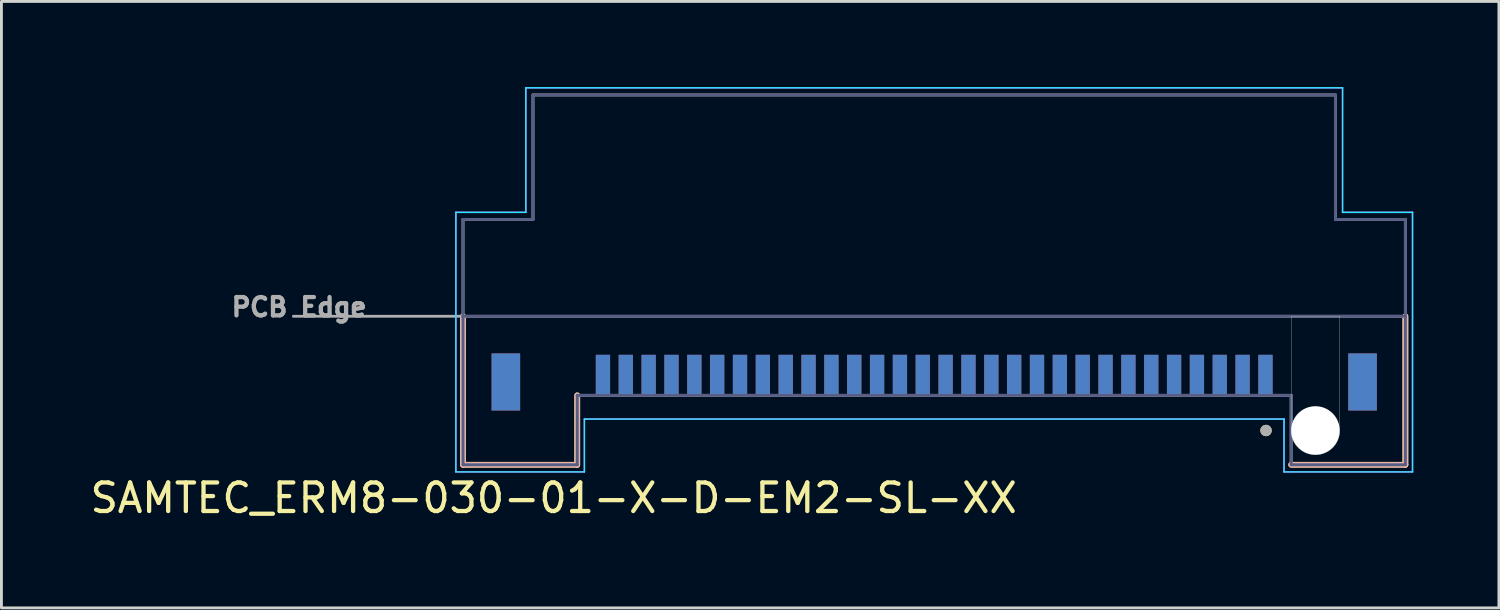
<source format=kicad_pcb>
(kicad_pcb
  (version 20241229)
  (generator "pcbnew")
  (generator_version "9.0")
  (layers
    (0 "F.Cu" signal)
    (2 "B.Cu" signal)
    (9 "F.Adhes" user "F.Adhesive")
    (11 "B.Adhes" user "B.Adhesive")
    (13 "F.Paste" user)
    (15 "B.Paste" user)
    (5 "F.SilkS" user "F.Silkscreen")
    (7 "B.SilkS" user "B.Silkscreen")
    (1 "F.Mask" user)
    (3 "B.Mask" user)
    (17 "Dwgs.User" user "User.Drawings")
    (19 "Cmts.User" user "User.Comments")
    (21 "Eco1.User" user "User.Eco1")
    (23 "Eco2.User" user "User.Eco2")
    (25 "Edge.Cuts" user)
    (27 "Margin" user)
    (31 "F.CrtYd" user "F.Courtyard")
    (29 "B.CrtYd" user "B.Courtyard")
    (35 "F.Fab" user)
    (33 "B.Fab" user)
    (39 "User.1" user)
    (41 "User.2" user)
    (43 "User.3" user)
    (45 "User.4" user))
  (footprint "SAMTEC_ERM8-030-01-X-D-EM2-SL-XX"
    (layer "F.Cu")
    (at 29.664 8.025)
    (property "Reference" "SAMTEC_ERM8-030-01-X-D-EM2-SL-XX" (at -13.325 6.365 0) (layer "F.SilkS") (effects (font (size 1 1) (thickness 0.15))))
    (attr smd)
    (fp_line (start -16.5 0) (end -16.5 5.2) (stroke (width 0.2) (type solid)) (layer "F.SilkS"))
    (fp_line (start -16.5 5.2) (end -12.5 5.2) (stroke (width 0.2) (type solid)) (layer "F.SilkS"))
    (fp_line (start -12.5 5.2) (end -12.5 2.77) (stroke (width 0.2) (type solid)) (layer "F.SilkS"))
    (fp_line (start 12.5 5.2) (end 16.5 5.2) (stroke (width 0.2) (type solid)) (layer "F.SilkS"))
    (fp_line (start 16.5 5.2) (end 16.5 0) (stroke (width 0.2) (type solid)) (layer "F.SilkS"))
    (fp_circle (center 11.62 4) (end 11.72 4) (stroke (width 0.2) (type solid)) (fill no) (layer "F.SilkS"))
    (fp_line (start -16.5 0) (end -16.5 5.2) (stroke (width 0.2) (type solid)) (layer "B.SilkS"))
    (fp_line (start -16.5 5.2) (end -12.5 5.2) (stroke (width 0.2) (type solid)) (layer "B.SilkS"))
    (fp_line (start -12.5 5.2) (end -12.5 2.77) (stroke (width 0.2) (type solid)) (layer "B.SilkS"))
    (fp_line (start 12.5 5.2) (end 16.5 5.2) (stroke (width 0.2) (type solid)) (layer "B.SilkS"))
    (fp_line (start 16.5 5.2) (end 16.5 0) (stroke (width 0.2) (type solid)) (layer "B.SilkS"))
    (fp_poly (pts (xy -11.78 2.08) (xy -11.78 3.35) (xy -11.42 3.35) (xy -11.42 2.08) (xy -11.6 1.823)) (stroke (width 0.01) (type solid)) (fill yes) (layer "F.Paste"))
    (fp_poly (pts (xy -10.98 2.08) (xy -10.98 3.35) (xy -10.62 3.35) (xy -10.62 2.08) (xy -10.8 1.823)) (stroke (width 0.01) (type solid)) (fill yes) (layer "F.Paste"))
    (fp_poly (pts (xy -10.18 2.08) (xy -10.18 3.35) (xy -9.82 3.35) (xy -9.82 2.08) (xy -10 1.823)) (stroke (width 0.01) (type solid)) (fill yes) (layer "F.Paste"))
    (fp_poly (pts (xy -9.38 2.08) (xy -9.38 3.35) (xy -9.02 3.35) (xy -9.02 2.08) (xy -9.2 1.823)) (stroke (width 0.01) (type solid)) (fill yes) (layer "F.Paste"))
    (fp_poly (pts (xy -8.58 2.08) (xy -8.58 3.35) (xy -8.22 3.35) (xy -8.22 2.08) (xy -8.4 1.823)) (stroke (width 0.01) (type solid)) (fill yes) (layer "F.Paste"))
    (fp_poly (pts (xy -7.78 2.08) (xy -7.78 3.35) (xy -7.42 3.35) (xy -7.42 2.08) (xy -7.6 1.823)) (stroke (width 0.01) (type solid)) (fill yes) (layer "F.Paste"))
    (fp_poly (pts (xy -6.98 2.08) (xy -6.98 3.35) (xy -6.62 3.35) (xy -6.62 2.08) (xy -6.8 1.823)) (stroke (width 0.01) (type solid)) (fill yes) (layer "F.Paste"))
    (fp_poly (pts (xy -6.18 2.08) (xy -6.18 3.35) (xy -5.82 3.35) (xy -5.82 2.08) (xy -6 1.823)) (stroke (width 0.01) (type solid)) (fill yes) (layer "F.Paste"))
    (fp_poly (pts (xy -5.38 2.08) (xy -5.38 3.35) (xy -5.02 3.35) (xy -5.02 2.08) (xy -5.2 1.823)) (stroke (width 0.01) (type solid)) (fill yes) (layer "F.Paste"))
    (fp_poly (pts (xy -4.58 2.08) (xy -4.58 3.35) (xy -4.22 3.35) (xy -4.22 2.08) (xy -4.4 1.823)) (stroke (width 0.01) (type solid)) (fill yes) (layer "F.Paste"))
    (fp_poly (pts (xy -3.78 2.08) (xy -3.78 3.35) (xy -3.42 3.35) (xy -3.42 2.08) (xy -3.6 1.823)) (stroke (width 0.01) (type solid)) (fill yes) (layer "F.Paste"))
    (fp_poly (pts (xy -2.98 2.08) (xy -2.98 3.35) (xy -2.62 3.35) (xy -2.62 2.08) (xy -2.8 1.823)) (stroke (width 0.01) (type solid)) (fill yes) (layer "F.Paste"))
    (fp_poly (pts (xy -2.18 2.08) (xy -2.18 3.35) (xy -1.82 3.35) (xy -1.82 2.08) (xy -2 1.823)) (stroke (width 0.01) (type solid)) (fill yes) (layer "F.Paste"))
    (fp_poly (pts (xy -1.38 2.08) (xy -1.38 3.35) (xy -1.02 3.35) (xy -1.02 2.08) (xy -1.2 1.823)) (stroke (width 0.01) (type solid)) (fill yes) (layer "F.Paste"))
    (fp_poly (pts (xy -0.58 2.08) (xy -0.58 3.35) (xy -0.22 3.35) (xy -0.22 2.08) (xy -0.4 1.823)) (stroke (width 0.01) (type solid)) (fill yes) (layer "F.Paste"))
    (fp_poly (pts (xy 0.22 2.08) (xy 0.22 3.35) (xy 0.58 3.35) (xy 0.58 2.08) (xy 0.4 1.823)) (stroke (width 0.01) (type solid)) (fill yes) (layer "F.Paste"))
    (fp_poly (pts (xy 1.02 2.08) (xy 1.02 3.35) (xy 1.38 3.35) (xy 1.38 2.08) (xy 1.2 1.823)) (stroke (width 0.01) (type solid)) (fill yes) (layer "F.Paste"))
    (fp_poly (pts (xy 1.82 2.08) (xy 1.82 3.35) (xy 2.18 3.35) (xy 2.18 2.08) (xy 2 1.823)) (stroke (width 0.01) (type solid)) (fill yes) (layer "F.Paste"))
    (fp_poly (pts (xy 2.62 2.08) (xy 2.62 3.35) (xy 2.98 3.35) (xy 2.98 2.08) (xy 2.8 1.823)) (stroke (width 0.01) (type solid)) (fill yes) (layer "F.Paste"))
    (fp_poly (pts (xy 3.42 2.08) (xy 3.42 3.35) (xy 3.78 3.35) (xy 3.78 2.08) (xy 3.6 1.823)) (stroke (width 0.01) (type solid)) (fill yes) (layer "F.Paste"))
    (fp_poly (pts (xy 4.22 2.08) (xy 4.22 3.35) (xy 4.58 3.35) (xy 4.58 2.08) (xy 4.4 1.823)) (stroke (width 0.01) (type solid)) (fill yes) (layer "F.Paste"))
    (fp_poly (pts (xy 5.02 2.08) (xy 5.02 3.35) (xy 5.38 3.35) (xy 5.38 2.08) (xy 5.2 1.823)) (stroke (width 0.01) (type solid)) (fill yes) (layer "F.Paste"))
    (fp_poly (pts (xy 5.82 2.08) (xy 5.82 3.35) (xy 6.18 3.35) (xy 6.18 2.08) (xy 6 1.823)) (stroke (width 0.01) (type solid)) (fill yes) (layer "F.Paste"))
    (fp_poly (pts (xy 6.62 2.08) (xy 6.62 3.35) (xy 6.98 3.35) (xy 6.98 2.08) (xy 6.8 1.823)) (stroke (width 0.01) (type solid)) (fill yes) (layer "F.Paste"))
    (fp_poly (pts (xy 7.42 2.08) (xy 7.42 3.35) (xy 7.78 3.35) (xy 7.78 2.08) (xy 7.6 1.823)) (stroke (width 0.01) (type solid)) (fill yes) (layer "F.Paste"))
    (fp_poly (pts (xy 8.22 2.08) (xy 8.22 3.35) (xy 8.58 3.35) (xy 8.58 2.08) (xy 8.4 1.823)) (stroke (width 0.01) (type solid)) (fill yes) (layer "F.Paste"))
    (fp_poly (pts (xy 9.02 2.08) (xy 9.02 3.35) (xy 9.38 3.35) (xy 9.38 2.08) (xy 9.2 1.823)) (stroke (width 0.01) (type solid)) (fill yes) (layer "F.Paste"))
    (fp_poly (pts (xy 9.82 2.08) (xy 9.82 3.35) (xy 10.18 3.35) (xy 10.18 2.08) (xy 10 1.823)) (stroke (width 0.01) (type solid)) (fill yes) (layer "F.Paste"))
    (fp_poly (pts (xy 10.62 2.08) (xy 10.62 3.35) (xy 10.98 3.35) (xy 10.98 2.08) (xy 10.8 1.823)) (stroke (width 0.01) (type solid)) (fill yes) (layer "F.Paste"))
    (fp_poly (pts (xy 11.42 2.08) (xy 11.42 3.35) (xy 11.78 3.35) (xy 11.78 2.08) (xy 11.6 1.823)) (stroke (width 0.01) (type solid)) (fill yes) (layer "F.Paste"))
    (fp_poly (pts (xy -11.78 2.08) (xy -11.78 3.35) (xy -11.42 3.35) (xy -11.42 2.08) (xy -11.6 1.823)) (stroke (width 0.01) (type solid)) (fill yes) (layer "B.Paste"))
    (fp_poly (pts (xy -10.98 2.08) (xy -10.98 3.35) (xy -10.62 3.35) (xy -10.62 2.08) (xy -10.8 1.823)) (stroke (width 0.01) (type solid)) (fill yes) (layer "B.Paste"))
    (fp_poly (pts (xy -10.18 2.08) (xy -10.18 3.35) (xy -9.82 3.35) (xy -9.82 2.08) (xy -10 1.823)) (stroke (width 0.01) (type solid)) (fill yes) (layer "B.Paste"))
    (fp_poly (pts (xy -9.38 2.08) (xy -9.38 3.35) (xy -9.02 3.35) (xy -9.02 2.08) (xy -9.2 1.823)) (stroke (width 0.01) (type solid)) (fill yes) (layer "B.Paste"))
    (fp_poly (pts (xy -8.58 2.08) (xy -8.58 3.35) (xy -8.22 3.35) (xy -8.22 2.08) (xy -8.4 1.823)) (stroke (width 0.01) (type solid)) (fill yes) (layer "B.Paste"))
    (fp_poly (pts (xy -7.78 2.08) (xy -7.78 3.35) (xy -7.42 3.35) (xy -7.42 2.08) (xy -7.6 1.823)) (stroke (width 0.01) (type solid)) (fill yes) (layer "B.Paste"))
    (fp_poly (pts (xy -6.98 2.08) (xy -6.98 3.35) (xy -6.62 3.35) (xy -6.62 2.08) (xy -6.8 1.823)) (stroke (width 0.01) (type solid)) (fill yes) (layer "B.Paste"))
    (fp_poly (pts (xy -6.18 2.08) (xy -6.18 3.35) (xy -5.82 3.35) (xy -5.82 2.08) (xy -6 1.823)) (stroke (width 0.01) (type solid)) (fill yes) (layer "B.Paste"))
    (fp_poly (pts (xy -5.38 2.08) (xy -5.38 3.35) (xy -5.02 3.35) (xy -5.02 2.08) (xy -5.2 1.823)) (stroke (width 0.01) (type solid)) (fill yes) (layer "B.Paste"))
    (fp_poly (pts (xy -4.58 2.08) (xy -4.58 3.35) (xy -4.22 3.35) (xy -4.22 2.08) (xy -4.4 1.823)) (stroke (width 0.01) (type solid)) (fill yes) (layer "B.Paste"))
    (fp_poly (pts (xy -3.78 2.08) (xy -3.78 3.35) (xy -3.42 3.35) (xy -3.42 2.08) (xy -3.6 1.823)) (stroke (width 0.01) (type solid)) (fill yes) (layer "B.Paste"))
    (fp_poly (pts (xy -2.98 2.08) (xy -2.98 3.35) (xy -2.62 3.35) (xy -2.62 2.08) (xy -2.8 1.823)) (stroke (width 0.01) (type solid)) (fill yes) (layer "B.Paste"))
    (fp_poly (pts (xy -2.18 2.08) (xy -2.18 3.35) (xy -1.82 3.35) (xy -1.82 2.08) (xy -2 1.823)) (stroke (width 0.01) (type solid)) (fill yes) (layer "B.Paste"))
    (fp_poly (pts (xy -1.38 2.08) (xy -1.38 3.35) (xy -1.02 3.35) (xy -1.02 2.08) (xy -1.2 1.823)) (stroke (width 0.01) (type solid)) (fill yes) (layer "B.Paste"))
    (fp_poly (pts (xy -0.58 2.08) (xy -0.58 3.35) (xy -0.22 3.35) (xy -0.22 2.08) (xy -0.4 1.823)) (stroke (width 0.01) (type solid)) (fill yes) (layer "B.Paste"))
    (fp_poly (pts (xy 0.22 2.08) (xy 0.22 3.35) (xy 0.58 3.35) (xy 0.58 2.08) (xy 0.4 1.823)) (stroke (width 0.01) (type solid)) (fill yes) (layer "B.Paste"))
    (fp_poly (pts (xy 1.02 2.08) (xy 1.02 3.35) (xy 1.38 3.35) (xy 1.38 2.08) (xy 1.2 1.823)) (stroke (width 0.01) (type solid)) (fill yes) (layer "B.Paste"))
    (fp_poly (pts (xy 1.82 2.08) (xy 1.82 3.35) (xy 2.18 3.35) (xy 2.18 2.08) (xy 2 1.823)) (stroke (width 0.01) (type solid)) (fill yes) (layer "B.Paste"))
    (fp_poly (pts (xy 2.62 2.08) (xy 2.62 3.35) (xy 2.98 3.35) (xy 2.98 2.08) (xy 2.8 1.823)) (stroke (width 0.01) (type solid)) (fill yes) (layer "B.Paste"))
    (fp_poly (pts (xy 3.42 2.08) (xy 3.42 3.35) (xy 3.78 3.35) (xy 3.78 2.08) (xy 3.6 1.823)) (stroke (width 0.01) (type solid)) (fill yes) (layer "B.Paste"))
    (fp_poly (pts (xy 4.22 2.08) (xy 4.22 3.35) (xy 4.58 3.35) (xy 4.58 2.08) (xy 4.4 1.823)) (stroke (width 0.01) (type solid)) (fill yes) (layer "B.Paste"))
    (fp_poly (pts (xy 5.02 2.08) (xy 5.02 3.35) (xy 5.38 3.35) (xy 5.38 2.08) (xy 5.2 1.823)) (stroke (width 0.01) (type solid)) (fill yes) (layer "B.Paste"))
    (fp_poly (pts (xy 5.82 2.08) (xy 5.82 3.35) (xy 6.18 3.35) (xy 6.18 2.08) (xy 6 1.823)) (stroke (width 0.01) (type solid)) (fill yes) (layer "B.Paste"))
    (fp_poly (pts (xy 6.62 2.08) (xy 6.62 3.35) (xy 6.98 3.35) (xy 6.98 2.08) (xy 6.8 1.823)) (stroke (width 0.01) (type solid)) (fill yes) (layer "B.Paste"))
    (fp_poly (pts (xy 7.42 2.08) (xy 7.42 3.35) (xy 7.78 3.35) (xy 7.78 2.08) (xy 7.6 1.823)) (stroke (width 0.01) (type solid)) (fill yes) (layer "B.Paste"))
    (fp_poly (pts (xy 8.22 2.08) (xy 8.22 3.35) (xy 8.58 3.35) (xy 8.58 2.08) (xy 8.4 1.823)) (stroke (width 0.01) (type solid)) (fill yes) (layer "B.Paste"))
    (fp_poly (pts (xy 9.02 2.08) (xy 9.02 3.35) (xy 9.38 3.35) (xy 9.38 2.08) (xy 9.2 1.823)) (stroke (width 0.01) (type solid)) (fill yes) (layer "B.Paste"))
    (fp_poly (pts (xy 9.82 2.08) (xy 9.82 3.35) (xy 10.18 3.35) (xy 10.18 2.08) (xy 10 1.823)) (stroke (width 0.01) (type solid)) (fill yes) (layer "B.Paste"))
    (fp_poly (pts (xy 10.62 2.08) (xy 10.62 3.35) (xy 10.98 3.35) (xy 10.98 2.08) (xy 10.8 1.823)) (stroke (width 0.01) (type solid)) (fill yes) (layer "B.Paste"))
    (fp_poly (pts (xy 11.42 2.08) (xy 11.42 3.35) (xy 11.78 3.35) (xy 11.78 2.08) (xy 11.6 1.823)) (stroke (width 0.01) (type solid)) (fill yes) (layer "B.Paste"))
    (fp_line (start 12.5 0) (end 14.2 0) (stroke (width 0.01) (type solid)) (layer "Edge.Cuts"))
    (fp_line (start 12.5 4) (end 12.5 0) (stroke (width 0.01) (type solid)) (layer "Edge.Cuts"))
    (fp_line (start 14.2 0) (end 14.2 4) (stroke (width 0.01) (type solid)) (layer "Edge.Cuts"))
    (fp_arc (start 13.35 4.85) (mid 12.748959 4.601041) (end 12.5 4) (stroke (width 0.01) (type solid)) (layer "Edge.Cuts"))
    (fp_arc (start 14.2 4) (mid 13.951041 4.601041) (end 13.35 4.85) (stroke (width 0.01) (type solid)) (layer "Edge.Cuts"))
    (fp_line (start -16.75 -3.64) (end -16.75 5.45) (stroke (width 0.05) (type solid)) (layer "B.CrtYd"))
    (fp_line (start -16.75 5.45) (end -12.25 5.45) (stroke (width 0.05) (type solid)) (layer "B.CrtYd"))
    (fp_line (start -14.3 -8) (end -14.3 -3.64) (stroke (width 0.05) (type solid)) (layer "B.CrtYd"))
    (fp_line (start -14.3 -3.64) (end -16.75 -3.64) (stroke (width 0.05) (type solid)) (layer "B.CrtYd"))
    (fp_line (start -12.25 3.6) (end 12.25 3.6) (stroke (width 0.05) (type solid)) (layer "B.CrtYd"))
    (fp_line (start -12.25 5.45) (end -12.25 3.6) (stroke (width 0.05) (type solid)) (layer "B.CrtYd"))
    (fp_line (start 12.25 3.6) (end 12.25 5.45) (stroke (width 0.05) (type solid)) (layer "B.CrtYd"))
    (fp_line (start 12.25 5.45) (end 16.75 5.45) (stroke (width 0.05) (type solid)) (layer "B.CrtYd"))
    (fp_line (start 14.3 -8) (end -14.3 -8) (stroke (width 0.05) (type solid)) (layer "B.CrtYd"))
    (fp_line (start 14.3 -3.64) (end 14.3 -8) (stroke (width 0.05) (type solid)) (layer "B.CrtYd"))
    (fp_line (start 16.75 -3.64) (end 14.3 -3.64) (stroke (width 0.05) (type solid)) (layer "B.CrtYd"))
    (fp_line (start 16.75 5.45) (end 16.75 -3.64) (stroke (width 0.05) (type solid)) (layer "B.CrtYd"))
    (fp_line (start -16.75 -3.64) (end -16.75 5.45) (stroke (width 0.05) (type solid)) (layer "F.CrtYd"))
    (fp_line (start -16.75 5.45) (end -12.25 5.45) (stroke (width 0.05) (type solid)) (layer "F.CrtYd"))
    (fp_line (start -14.3 -8) (end -14.3 -3.64) (stroke (width 0.05) (type solid)) (layer "F.CrtYd"))
    (fp_line (start -14.3 -3.64) (end -16.75 -3.64) (stroke (width 0.05) (type solid)) (layer "F.CrtYd"))
    (fp_line (start -12.25 3.6) (end 12.25 3.6) (stroke (width 0.05) (type solid)) (layer "F.CrtYd"))
    (fp_line (start -12.25 5.45) (end -12.25 3.6) (stroke (width 0.05) (type solid)) (layer "F.CrtYd"))
    (fp_line (start 12.25 3.6) (end 12.25 5.45) (stroke (width 0.05) (type solid)) (layer "F.CrtYd"))
    (fp_line (start 12.25 5.45) (end 16.75 5.45) (stroke (width 0.05) (type solid)) (layer "F.CrtYd"))
    (fp_line (start 14.3 -8) (end -14.3 -8) (stroke (width 0.05) (type solid)) (layer "F.CrtYd"))
    (fp_line (start 14.3 -3.64) (end 14.3 -8) (stroke (width 0.05) (type solid)) (layer "F.CrtYd"))
    (fp_line (start 16.75 -3.64) (end 14.3 -3.64) (stroke (width 0.05) (type solid)) (layer "F.CrtYd"))
    (fp_line (start 16.75 5.45) (end 16.75 -3.64) (stroke (width 0.05) (type solid)) (layer "F.CrtYd"))
    (fp_line (start -16.5 -3.39) (end -16.5 0) (stroke (width 0.1) (type solid)) (layer "B.Fab"))
    (fp_line (start -16.5 0) (end -16.5 5.2) (stroke (width 0.1) (type solid)) (layer "B.Fab"))
    (fp_line (start -16.5 0) (end 16.5 0) (stroke (width 0.1) (type solid)) (layer "B.Fab"))
    (fp_line (start -16.5 5.2) (end -12.5 5.2) (stroke (width 0.1) (type solid)) (layer "B.Fab"))
    (fp_line (start -14.05 -7.75) (end -14.05 -3.39) (stroke (width 0.1) (type solid)) (layer "B.Fab"))
    (fp_line (start -14.05 -3.39) (end -16.5 -3.39) (stroke (width 0.1) (type solid)) (layer "B.Fab"))
    (fp_line (start -12.5 2.77) (end 12.5 2.77) (stroke (width 0.1) (type solid)) (layer "B.Fab"))
    (fp_line (start -12.5 5.2) (end -12.5 2.77) (stroke (width 0.1) (type solid)) (layer "B.Fab"))
    (fp_line (start 12.5 2.77) (end 12.5 5.2) (stroke (width 0.1) (type solid)) (layer "B.Fab"))
    (fp_line (start 12.5 5.2) (end 16.5 5.2) (stroke (width 0.1) (type solid)) (layer "B.Fab"))
    (fp_line (start 14.05 -7.75) (end -14.05 -7.75) (stroke (width 0.1) (type solid)) (layer "B.Fab"))
    (fp_line (start 14.05 -3.39) (end 14.05 -7.75) (stroke (width 0.1) (type solid)) (layer "B.Fab"))
    (fp_line (start 16.5 -3.39) (end 14.05 -3.39) (stroke (width 0.1) (type solid)) (layer "B.Fab"))
    (fp_line (start 16.5 0) (end 16.5 -3.39) (stroke (width 0.1) (type solid)) (layer "B.Fab"))
    (fp_line (start 16.5 5.2) (end 16.5 0) (stroke (width 0.1) (type solid)) (layer "B.Fab"))
    (fp_line (start -22.44 0) (end -16.5 0) (stroke (width 0.1) (type solid)) (layer "F.Fab"))
    (fp_line (start -16.5 -3.39) (end -16.5 0) (stroke (width 0.1) (type solid)) (layer "F.Fab"))
    (fp_line (start -16.5 0) (end -16.5 5.2) (stroke (width 0.1) (type solid)) (layer "F.Fab"))
    (fp_line (start -16.5 0) (end 16.5 0) (stroke (width 0.1) (type solid)) (layer "F.Fab"))
    (fp_line (start -16.5 5.2) (end -12.5 5.2) (stroke (width 0.1) (type solid)) (layer "F.Fab"))
    (fp_line (start -14.05 -7.75) (end -14.05 -3.39) (stroke (width 0.1) (type solid)) (layer "F.Fab"))
    (fp_line (start -14.05 -3.39) (end -16.5 -3.39) (stroke (width 0.1) (type solid)) (layer "F.Fab"))
    (fp_line (start -12.5 2.77) (end 12.5 2.77) (stroke (width 0.1) (type solid)) (layer "F.Fab"))
    (fp_line (start -12.5 5.2) (end -12.5 2.77) (stroke (width 0.1) (type solid)) (layer "F.Fab"))
    (fp_line (start 12.5 2.77) (end 12.5 5.2) (stroke (width 0.1) (type solid)) (layer "F.Fab"))
    (fp_line (start 12.5 5.2) (end 16.5 5.2) (stroke (width 0.1) (type solid)) (layer "F.Fab"))
    (fp_line (start 14.05 -7.75) (end -14.05 -7.75) (stroke (width 0.1) (type solid)) (layer "F.Fab"))
    (fp_line (start 14.05 -3.39) (end 14.05 -7.75) (stroke (width 0.1) (type solid)) (layer "F.Fab"))
    (fp_line (start 16.5 -3.39) (end 14.05 -3.39) (stroke (width 0.1) (type solid)) (layer "F.Fab"))
    (fp_line (start 16.5 0) (end 16.5 -3.39) (stroke (width 0.1) (type solid)) (layer "F.Fab"))
    (fp_line (start 16.5 5.2) (end 16.5 0) (stroke (width 0.1) (type solid)) (layer "F.Fab"))
    (fp_circle (center 11.62 4) (end 11.72 4) (stroke (width 0.2) (type solid)) (fill no) (layer "F.Fab"))
    (fp_text user "PCB Edge" (at -22.24 -0.32 0) (layer "F.Fab") (effects (font (size 0.64 0.64) (thickness 0.15))))
    (pad "" np_thru_hole circle (at 13.35 4) (size 1.7 1.7) (drill 1.7) (layers "*.Cu" "*.Mask"))
    (pad "01" smd rect (at 11.6 2.075) (size 0.5 1.45) (layers "F.Cu" "F.Mask"))
    (pad "02" smd rect (at 11.6 2.075) (size 0.5 1.45) (layers "B.Cu" "B.Mask"))
    (pad "03" smd rect (at 10.8 2.075) (size 0.5 1.45) (layers "F.Cu" "F.Mask"))
    (pad "04" smd rect (at 10.8 2.075) (size 0.5 1.45) (layers "B.Cu" "B.Mask"))
    (pad "05" smd rect (at 10 2.075) (size 0.5 1.45) (layers "F.Cu" "F.Mask"))
    (pad "06" smd rect (at 10 2.075) (size 0.5 1.45) (layers "B.Cu" "B.Mask"))
    (pad "07" smd rect (at 9.2 2.075) (size 0.5 1.45) (layers "F.Cu" "F.Mask"))
    (pad "08" smd rect (at 9.2 2.075) (size 0.5 1.45) (layers "B.Cu" "B.Mask"))
    (pad "09" smd rect (at 8.4 2.075) (size 0.5 1.45) (layers "F.Cu" "F.Mask"))
    (pad "10" smd rect (at 8.4 2.075) (size 0.5 1.45) (layers "B.Cu" "B.Mask"))
    (pad "11" smd rect (at 7.6 2.075) (size 0.5 1.45) (layers "F.Cu" "F.Mask"))
    (pad "12" smd rect (at 7.6 2.075) (size 0.5 1.45) (layers "B.Cu" "B.Mask"))
    (pad "13" smd rect (at 6.8 2.075) (size 0.5 1.45) (layers "F.Cu" "F.Mask"))
    (pad "14" smd rect (at 6.8 2.075) (size 0.5 1.45) (layers "B.Cu" "B.Mask"))
    (pad "15" smd rect (at 6 2.075) (size 0.5 1.45) (layers "F.Cu" "F.Mask"))
    (pad "16" smd rect (at 6 2.075) (size 0.5 1.45) (layers "B.Cu" "B.Mask"))
    (pad "17" smd rect (at 5.2 2.075) (size 0.5 1.45) (layers "F.Cu" "F.Mask"))
    (pad "18" smd rect (at 5.2 2.075) (size 0.5 1.45) (layers "B.Cu" "B.Mask"))
    (pad "19" smd rect (at 4.4 2.075) (size 0.5 1.45) (layers "F.Cu" "F.Mask"))
    (pad "20" smd rect (at 4.4 2.075) (size 0.5 1.45) (layers "B.Cu" "B.Mask"))
    (pad "21" smd rect (at 3.6 2.075) (size 0.5 1.45) (layers "F.Cu" "F.Mask"))
    (pad "22" smd rect (at 3.6 2.075) (size 0.5 1.45) (layers "B.Cu" "B.Mask"))
    (pad "23" smd rect (at 2.8 2.075) (size 0.5 1.45) (layers "F.Cu" "F.Mask"))
    (pad "24" smd rect (at 2.8 2.075) (size 0.5 1.45) (layers "B.Cu" "B.Mask"))
    (pad "25" smd rect (at 2 2.075) (size 0.5 1.45) (layers "F.Cu" "F.Mask"))
    (pad "26" smd rect (at 2 2.075) (size 0.5 1.45) (layers "B.Cu" "B.Mask"))
    (pad "27" smd rect (at 1.2 2.075) (size 0.5 1.45) (layers "F.Cu" "F.Mask"))
    (pad "28" smd rect (at 1.2 2.075) (size 0.5 1.45) (layers "B.Cu" "B.Mask"))
    (pad "29" smd rect (at 0.4 2.075) (size 0.5 1.45) (layers "F.Cu" "F.Mask"))
    (pad "30" smd rect (at 0.4 2.075) (size 0.5 1.45) (layers "B.Cu" "B.Mask"))
    (pad "31" smd rect (at -0.4 2.075) (size 0.5 1.45) (layers "F.Cu" "F.Mask"))
    (pad "32" smd rect (at -0.4 2.075) (size 0.5 1.45) (layers "B.Cu" "B.Mask"))
    (pad "33" smd rect (at -1.2 2.075) (size 0.5 1.45) (layers "F.Cu" "F.Mask"))
    (pad "34" smd rect (at -1.2 2.075) (size 0.5 1.45) (layers "B.Cu" "B.Mask"))
    (pad "35" smd rect (at -2 2.075) (size 0.5 1.45) (layers "F.Cu" "F.Mask"))
    (pad "36" smd rect (at -2 2.075) (size 0.5 1.45) (layers "B.Cu" "B.Mask"))
    (pad "37" smd rect (at -2.8 2.075) (size 0.5 1.45) (layers "F.Cu" "F.Mask"))
    (pad "38" smd rect (at -2.8 2.075) (size 0.5 1.45) (layers "B.Cu" "B.Mask"))
    (pad "39" smd rect (at -3.6 2.075) (size 0.5 1.45) (layers "F.Cu" "F.Mask"))
    (pad "40" smd rect (at -3.6 2.075) (size 0.5 1.45) (layers "B.Cu" "B.Mask"))
    (pad "41" smd rect (at -4.4 2.075) (size 0.5 1.45) (layers "F.Cu" "F.Mask"))
    (pad "42" smd rect (at -4.4 2.075) (size 0.5 1.45) (layers "B.Cu" "B.Mask"))
    (pad "43" smd rect (at -5.2 2.075) (size 0.5 1.45) (layers "F.Cu" "F.Mask"))
    (pad "44" smd rect (at -5.2 2.075) (size 0.5 1.45) (layers "B.Cu" "B.Mask"))
    (pad "45" smd rect (at -6 2.075) (size 0.5 1.45) (layers "F.Cu" "F.Mask"))
    (pad "46" smd rect (at -6 2.075) (size 0.5 1.45) (layers "B.Cu" "B.Mask"))
    (pad "47" smd rect (at -6.8 2.075) (size 0.5 1.45) (layers "F.Cu" "F.Mask"))
    (pad "48" smd rect (at -6.8 2.075) (size 0.5 1.45) (layers "B.Cu" "B.Mask"))
    (pad "49" smd rect (at -7.6 2.075) (size 0.5 1.45) (layers "F.Cu" "F.Mask"))
    (pad "50" smd rect (at -7.6 2.075) (size 0.5 1.45) (layers "B.Cu" "B.Mask"))
    (pad "51" smd rect (at -8.4 2.075) (size 0.5 1.45) (layers "F.Cu" "F.Mask"))
    (pad "52" smd rect (at -8.4 2.075) (size 0.5 1.45) (layers "B.Cu" "B.Mask"))
    (pad "53" smd rect (at -9.2 2.075) (size 0.5 1.45) (layers "F.Cu" "F.Mask"))
    (pad "54" smd rect (at -9.2 2.075) (size 0.5 1.45) (layers "B.Cu" "B.Mask"))
    (pad "55" smd rect (at -10 2.075) (size 0.5 1.45) (layers "F.Cu" "F.Mask"))
    (pad "56" smd rect (at -10 2.075) (size 0.5 1.45) (layers "B.Cu" "B.Mask"))
    (pad "57" smd rect (at -10.8 2.075) (size 0.5 1.45) (layers "F.Cu" "F.Mask"))
    (pad "58" smd rect (at -10.8 2.075) (size 0.5 1.45) (layers "B.Cu" "B.Mask"))
    (pad "59" smd rect (at -11.6 2.075) (size 0.5 1.45) (layers "F.Cu" "F.Mask"))
    (pad "60" smd rect (at -11.6 2.075) (size 0.5 1.45) (layers "B.Cu" "B.Mask"))
    (pad "S1" smd rect (at 15 2.3) (size 1 2) (layers "F.Cu" "F.Mask" "F.Paste"))
    (pad "S2" smd rect (at -15 2.3) (size 1 2) (layers "F.Cu" "F.Mask" "F.Paste"))
    (pad "S3" smd rect (at 15 2.3) (size 1 2) (layers "B.Cu" "B.Mask" "B.Paste"))
    (pad "S4" smd rect (at -15 2.3) (size 1 2) (layers "B.Cu" "B.Mask" "B.Paste")))
  (gr_rect
    (start -3 -3)
    (end 49.439 18.238)
    (stroke (width 0.1) (type default))
    (fill no)
    (layer "Edge.Cuts")))
</source>
